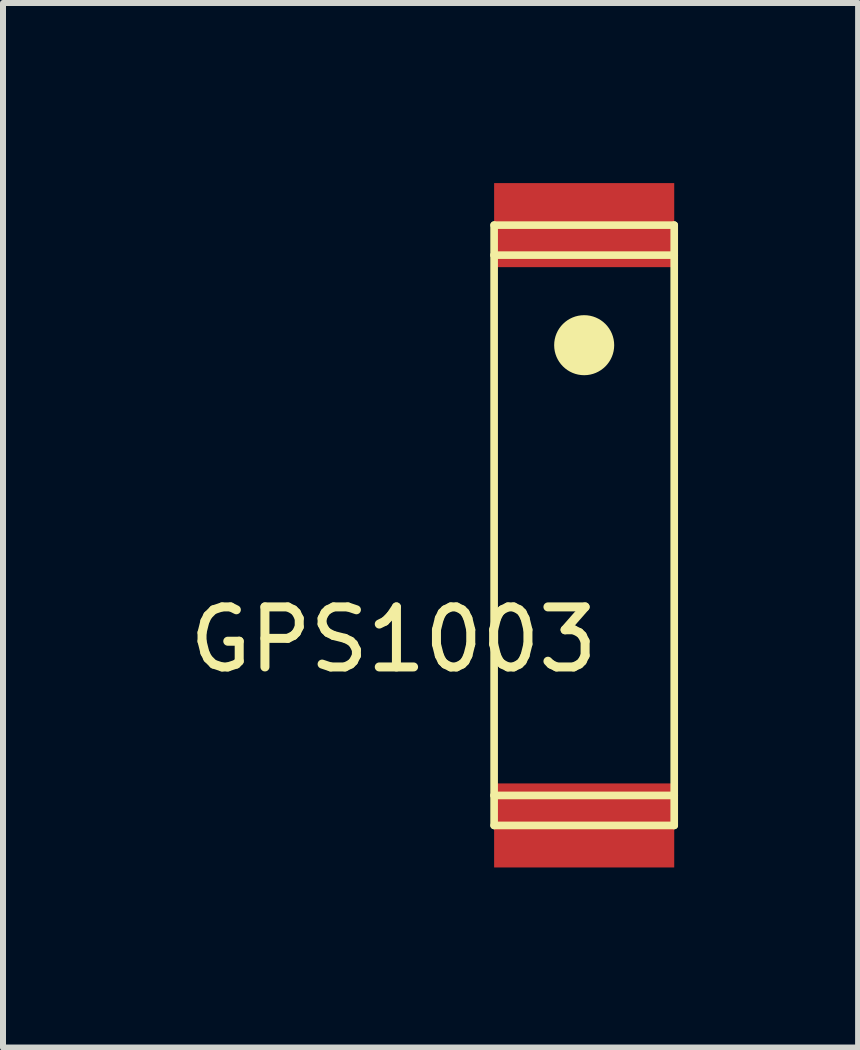
<source format=kicad_pcb>
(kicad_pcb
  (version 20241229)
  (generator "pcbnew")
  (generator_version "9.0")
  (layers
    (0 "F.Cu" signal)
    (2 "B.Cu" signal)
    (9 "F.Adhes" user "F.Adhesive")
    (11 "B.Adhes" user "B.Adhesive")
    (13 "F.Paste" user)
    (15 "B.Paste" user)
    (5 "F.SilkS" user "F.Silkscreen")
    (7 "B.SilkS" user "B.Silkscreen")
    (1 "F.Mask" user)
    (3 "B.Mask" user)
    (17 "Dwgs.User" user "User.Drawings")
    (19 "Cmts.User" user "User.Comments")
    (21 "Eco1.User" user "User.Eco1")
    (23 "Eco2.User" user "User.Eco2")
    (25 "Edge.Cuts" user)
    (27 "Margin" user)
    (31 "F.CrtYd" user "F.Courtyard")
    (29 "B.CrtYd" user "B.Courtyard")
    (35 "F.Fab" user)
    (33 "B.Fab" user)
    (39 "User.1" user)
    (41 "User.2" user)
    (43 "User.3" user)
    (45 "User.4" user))
  (footprint "GPS1003"
    (layer "F.Cu")
    (at 6.681 5.7)
    (property "Reference" "GPS1003" (at -3.175 1.905 180) (layer "F.SilkS") (effects (font (size 1 1) (thickness 0.15))))
    (attr smd)
    (fp_line (start -1.5 -5) (end 1.5 -5) (stroke (width 0.127) (type solid)) (layer "F.SilkS"))
    (fp_line (start -1.5 -4.5) (end -1.5 -5) (stroke (width 0.127) (type solid)) (layer "F.SilkS"))
    (fp_line (start -1.5 -4.5) (end 1.5 -4.5) (stroke (width 0.127) (type solid)) (layer "F.SilkS"))
    (fp_line (start -1.5 4.5) (end -1.5 -4.5) (stroke (width 0.127) (type solid)) (layer "F.SilkS"))
    (fp_line (start -1.5 4.5) (end 1.5 4.5) (stroke (width 0.127) (type solid)) (layer "F.SilkS"))
    (fp_line (start -1.5 5) (end -1.5 4.5) (stroke (width 0.127) (type solid)) (layer "F.SilkS"))
    (fp_line (start 1.5 -5) (end 1.5 -4.5) (stroke (width 0.127) (type solid)) (layer "F.SilkS"))
    (fp_line (start 1.5 -4.5) (end 1.5 4.5) (stroke (width 0.127) (type solid)) (layer "F.SilkS"))
    (fp_line (start 1.5 4.5) (end 1.5 5) (stroke (width 0.127) (type solid)) (layer "F.SilkS"))
    (fp_line (start 1.5 5) (end -1.5 5) (stroke (width 0.127) (type solid)) (layer "F.SilkS"))
    (fp_circle (center 0 -3) (end 0.5 -3) (stroke (width 0) (type solid)) (fill yes) (layer "F.SilkS"))
    (pad "RF_IN" smd rect (at 0 -5) (size 3 1.4) (layers "F.Cu" "F.Mask" "F.Paste"))
    (pad "SOLDER" smd rect (at 0 5) (size 3 1.4) (layers "F.Cu" "F.Mask" "F.Paste")))
  (gr_rect
    (start -3 -3)
    (end 11.244 14.4)
    (stroke (width 0.1) (type default))
    (fill no)
    (layer "Edge.Cuts")))
</source>
